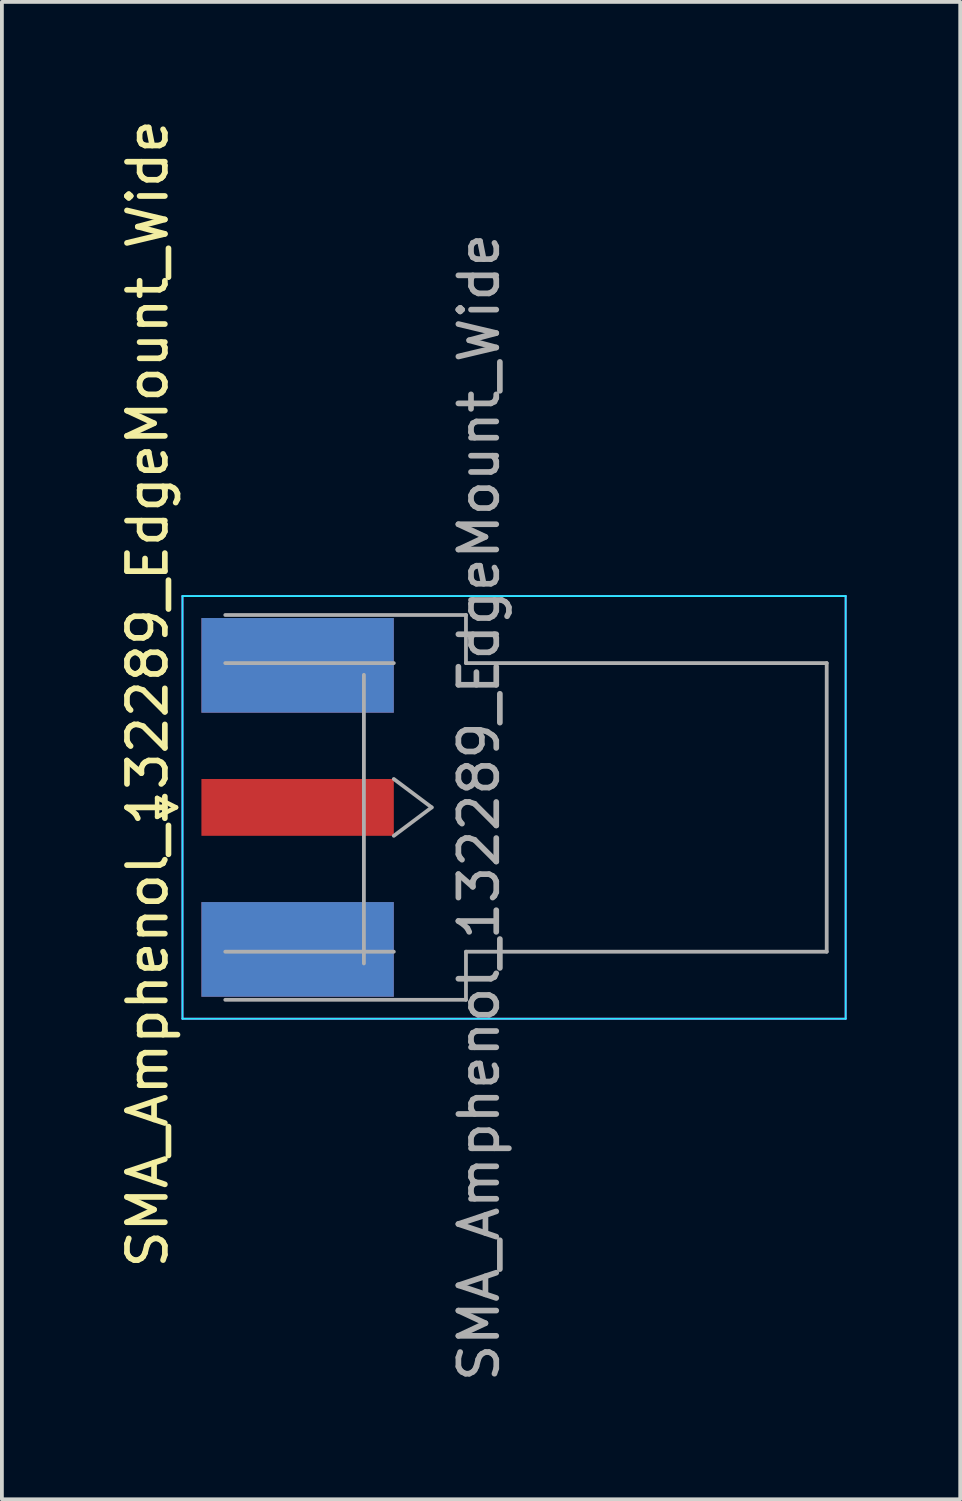
<source format=kicad_pcb>
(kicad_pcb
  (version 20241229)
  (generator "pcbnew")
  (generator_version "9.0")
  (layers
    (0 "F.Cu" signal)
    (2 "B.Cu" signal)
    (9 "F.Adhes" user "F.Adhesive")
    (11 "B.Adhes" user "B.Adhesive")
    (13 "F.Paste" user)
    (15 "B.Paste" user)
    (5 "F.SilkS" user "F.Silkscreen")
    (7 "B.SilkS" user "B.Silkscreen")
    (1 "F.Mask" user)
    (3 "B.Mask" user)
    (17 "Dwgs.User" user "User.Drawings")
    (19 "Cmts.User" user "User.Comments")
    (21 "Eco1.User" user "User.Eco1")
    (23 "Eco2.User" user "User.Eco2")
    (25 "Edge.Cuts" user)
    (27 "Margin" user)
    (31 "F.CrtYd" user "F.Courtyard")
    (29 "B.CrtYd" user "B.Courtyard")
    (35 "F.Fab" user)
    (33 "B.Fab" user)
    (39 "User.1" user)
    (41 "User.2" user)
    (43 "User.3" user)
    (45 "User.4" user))
  (footprint "SMA_Amphenol_132289_EdgeMount_Wide"
    (layer "F.Cu")
    (at 4.808 18.268)
    (property "Reference" "SMA_Amphenol_132289_EdgeMount_Wide" (at -3.96 -3 90) (layer "F.SilkS") (effects (font (size 1 1) (thickness 0.15))))
    (attr smd)
    (fp_line (start -3.71 -0.25) (end -3.71 0.25) (stroke (width 0.12) (type solid)) (layer "F.SilkS"))
    (fp_line (start -3.71 0.25) (end -3.21 0) (stroke (width 0.12) (type solid)) (layer "F.SilkS"))
    (fp_line (start -3.21 0) (end -3.71 -0.25) (stroke (width 0.12) (type solid)) (layer "F.SilkS"))
    (fp_line (start -3.04 5.58) (end -3.04 -5.58) (stroke (width 0.05) (type solid)) (layer "B.CrtYd"))
    (fp_line (start 14.47 -5.58) (end -3.04 -5.58) (stroke (width 0.05) (type solid)) (layer "B.CrtYd"))
    (fp_line (start 14.47 -5.58) (end 14.47 5.58) (stroke (width 0.05) (type solid)) (layer "B.CrtYd"))
    (fp_line (start 14.47 5.58) (end -3.04 5.58) (stroke (width 0.05) (type solid)) (layer "B.CrtYd"))
    (fp_line (start -3.04 5.58) (end -3.04 -5.58) (stroke (width 0.05) (type solid)) (layer "F.CrtYd"))
    (fp_line (start 14.47 -5.58) (end -3.04 -5.58) (stroke (width 0.05) (type solid)) (layer "F.CrtYd"))
    (fp_line (start 14.47 -5.58) (end 14.47 5.58) (stroke (width 0.05) (type solid)) (layer "F.CrtYd"))
    (fp_line (start 14.47 5.58) (end -3.04 5.58) (stroke (width 0.05) (type solid)) (layer "F.CrtYd"))
    (fp_line (start -1.91 -5.08) (end 4.445 -5.08) (stroke (width 0.1) (type solid)) (layer "F.Fab"))
    (fp_line (start -1.91 -3.81) (end 2.54 -3.81) (stroke (width 0.1) (type solid)) (layer "F.Fab"))
    (fp_line (start -1.91 5.08) (end 4.445 5.08) (stroke (width 0.1) (type solid)) (layer "F.Fab"))
    (fp_line (start 1.75 -3.5) (end 1.75 4.12) (stroke (width 0.1) (type solid)) (layer "F.Fab"))
    (fp_line (start 2.54 -0.75) (end 3.54 0) (stroke (width 0.1) (type solid)) (layer "F.Fab"))
    (fp_line (start 2.54 3.81) (end -1.91 3.81) (stroke (width 0.1) (type solid)) (layer "F.Fab"))
    (fp_line (start 3.54 0) (end 2.54 0.75) (stroke (width 0.1) (type solid)) (layer "F.Fab"))
    (fp_line (start 4.445 -3.81) (end 4.445 -5.08) (stroke (width 0.1) (type solid)) (layer "F.Fab"))
    (fp_line (start 4.445 -3.81) (end 13.97 -3.81) (stroke (width 0.1) (type solid)) (layer "F.Fab"))
    (fp_line (start 4.445 5.08) (end 4.445 3.81) (stroke (width 0.1) (type solid)) (layer "F.Fab"))
    (fp_line (start 13.97 -3.81) (end 13.97 3.81) (stroke (width 0.1) (type solid)) (layer "F.Fab"))
    (fp_line (start 13.97 3.81) (end 4.445 3.81) (stroke (width 0.1) (type solid)) (layer "F.Fab"))
    (fp_text user "${REFERENCE}" (at 4.79 0 270) (layer "F.Fab") (effects (font (size 1 1) (thickness 0.15))))
    (pad "1" smd rect (at 0 0 90) (size 1.5 5.08) (layers "F.Cu" "F.Mask" "F.Paste"))
    (pad "2" smd rect (at 0 -3.75 90) (size 2.5 5.08) (layers "F.Cu" "F.Mask" "F.Paste"))
    (pad "2" smd rect (at 0 -3.75 90) (size 2.5 5.08) (layers "B.Cu" "B.Mask" "B.Paste"))
    (pad "2" smd rect (at 0 3.75 90) (size 2.5 5.08) (layers "F.Cu" "F.Mask" "F.Paste"))
    (pad "2" smd rect (at 0 3.75 90) (size 2.5 5.08) (layers "B.Cu" "B.Mask" "B.Paste")))
  (gr_rect
    (start -3 -3)
    (end 22.303 36.536)
    (stroke (width 0.1) (type default))
    (fill no)
    (layer "Edge.Cuts")))
</source>
